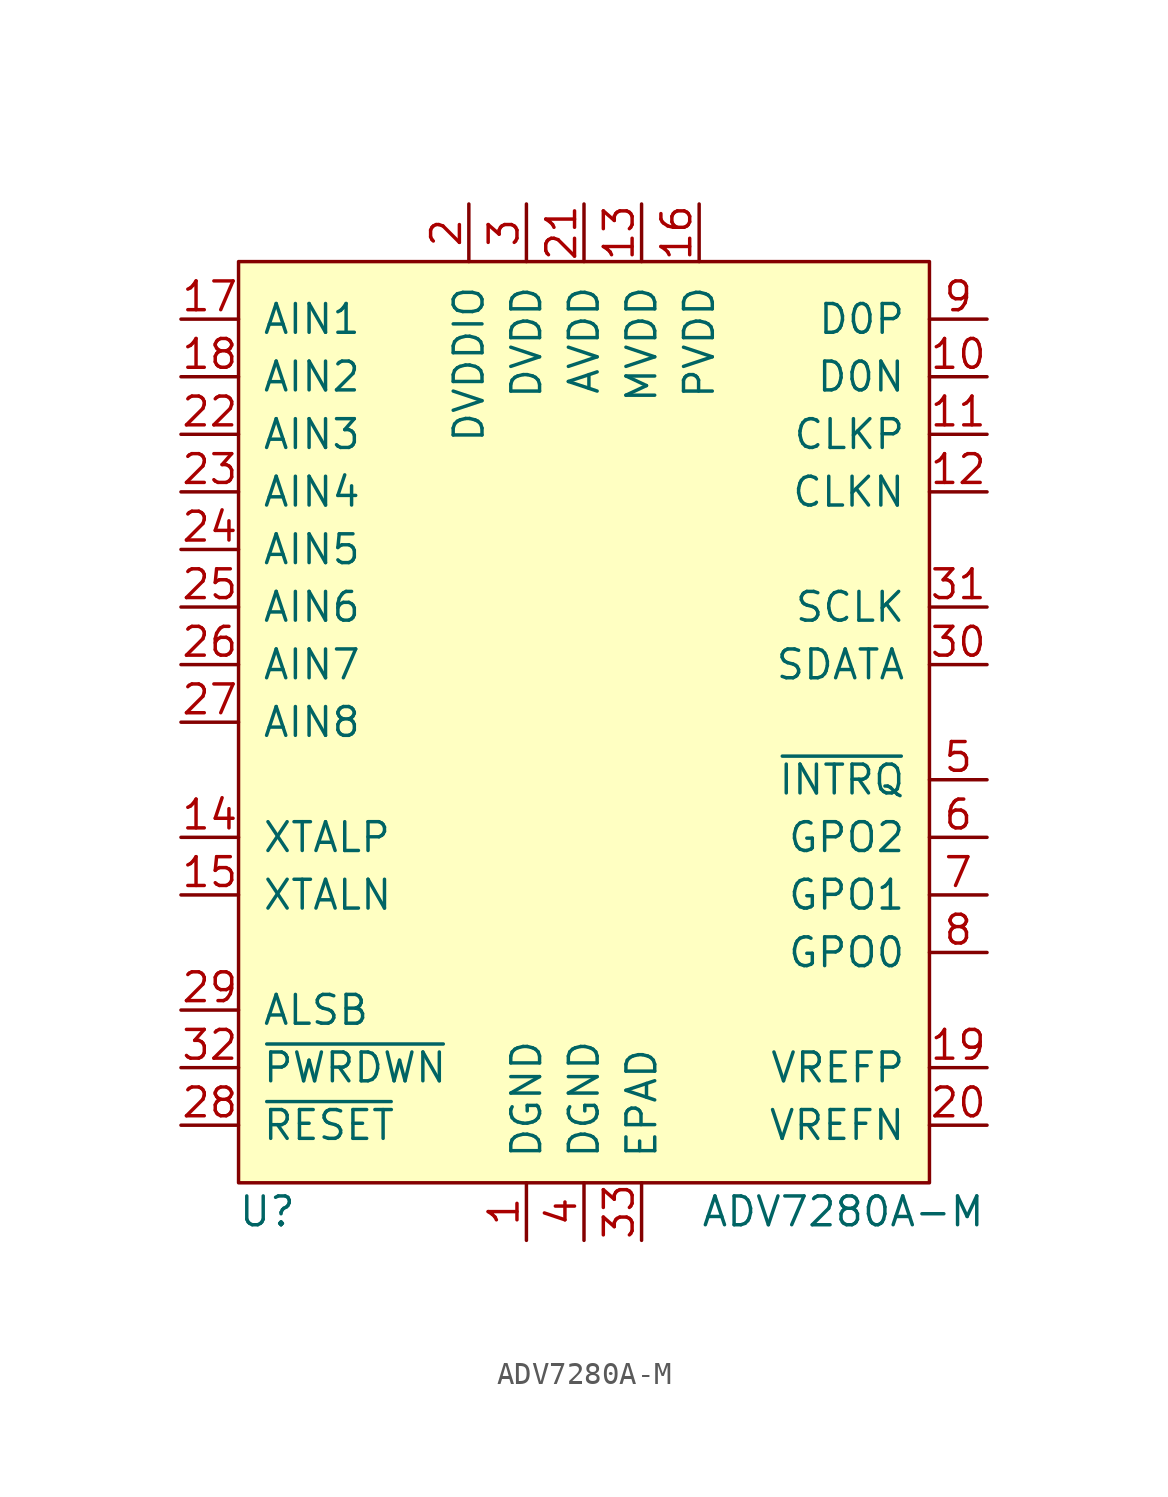
<source format=kicad_sym>
(kicad_symbol_lib
  (version 20211014)
  (generator kicad_symbol_editor)
  (symbol "ADV7280A-M"
    (pin_names
      (offset 1.016))
    (property "Reference" "U"
      (at -13.97 -21.59 0)
      (effects (font (size 1.27 1.27))))
    (property "Value" "ADV7280A-M"
      (at 11.43 -21.59 0)
      (effects (font (size 1.27 1.27))))
    (symbol "ADV7280A-M_0_1"
      (rectangle (start -15.24 20.32) (end 15.24 -20.32) (stroke (width 0) (type default) (color 0 0 0 0)) (fill (type background))))
    (symbol "ADV7280A-M_1_1"
      (pin passive line (at -2.54 -22.86 90) (length 2.54) (name "DGND" (effects (font (size 1.27 1.27)))) (number "1" (effects (font (size 1.27 1.27)))))
      (pin passive line (at 17.78 15.24 180) (length 2.54) (name "D0N" (effects (font (size 1.27 1.27)))) (number "10" (effects (font (size 1.27 1.27)))))
      (pin passive line (at 17.78 12.7 180) (length 2.54) (name "CLKP" (effects (font (size 1.27 1.27)))) (number "11" (effects (font (size 1.27 1.27)))))
      (pin passive line (at 17.78 10.16 180) (length 2.54) (name "CLKN" (effects (font (size 1.27 1.27)))) (number "12" (effects (font (size 1.27 1.27)))))
      (pin passive line (at 2.54 22.86 270) (length 2.54) (name "MVDD" (effects (font (size 1.27 1.27)))) (number "13" (effects (font (size 1.27 1.27)))))
      (pin passive line (at -17.78 -5.08 0) (length 2.54) (name "XTALP" (effects (font (size 1.27 1.27)))) (number "14" (effects (font (size 1.27 1.27)))))
      (pin passive line (at -17.78 -7.62 0) (length 2.54) (name "XTALN" (effects (font (size 1.27 1.27)))) (number "15" (effects (font (size 1.27 1.27)))))
      (pin passive line (at 5.08 22.86 270) (length 2.54) (name "PVDD" (effects (font (size 1.27 1.27)))) (number "16" (effects (font (size 1.27 1.27)))))
      (pin passive line (at -17.78 17.78 0) (length 2.54) (name "AIN1" (effects (font (size 1.27 1.27)))) (number "17" (effects (font (size 1.27 1.27)))))
      (pin passive line (at -17.78 15.24 0) (length 2.54) (name "AIN2" (effects (font (size 1.27 1.27)))) (number "18" (effects (font (size 1.27 1.27)))))
      (pin passive line (at 17.78 -15.24 180) (length 2.54) (name "VREFP" (effects (font (size 1.27 1.27)))) (number "19" (effects (font (size 1.27 1.27)))))
      (pin passive line (at -5.08 22.86 270) (length 2.54) (name "DVDDIO" (effects (font (size 1.27 1.27)))) (number "2" (effects (font (size 1.27 1.27)))))
      (pin passive line (at 17.78 -17.78 180) (length 2.54) (name "VREFN" (effects (font (size 1.27 1.27)))) (number "20" (effects (font (size 1.27 1.27)))))
      (pin passive line (at 0 22.86 270) (length 2.54) (name "AVDD" (effects (font (size 1.27 1.27)))) (number "21" (effects (font (size 1.27 1.27)))))
      (pin passive line (at -17.78 12.7 0) (length 2.54) (name "AIN3" (effects (font (size 1.27 1.27)))) (number "22" (effects (font (size 1.27 1.27)))))
      (pin passive line (at -17.78 10.16 0) (length 2.54) (name "AIN4" (effects (font (size 1.27 1.27)))) (number "23" (effects (font (size 1.27 1.27)))))
      (pin passive line (at -17.78 7.62 0) (length 2.54) (name "AIN5" (effects (font (size 1.27 1.27)))) (number "24" (effects (font (size 1.27 1.27)))))
      (pin passive line (at -17.78 5.08 0) (length 2.54) (name "AIN6" (effects (font (size 1.27 1.27)))) (number "25" (effects (font (size 1.27 1.27)))))
      (pin passive line (at -17.78 2.54 0) (length 2.54) (name "AIN7" (effects (font (size 1.27 1.27)))) (number "26" (effects (font (size 1.27 1.27)))))
      (pin passive line (at -17.78 0 0) (length 2.54) (name "AIN8" (effects (font (size 1.27 1.27)))) (number "27" (effects (font (size 1.27 1.27)))))
      (pin passive line (at -17.78 -17.78 0) (length 2.54) (name "~{RESET}" (effects (font (size 1.27 1.27)))) (number "28" (effects (font (size 1.27 1.27)))))
      (pin passive line (at -17.78 -12.7 0) (length 2.54) (name "ALSB" (effects (font (size 1.27 1.27)))) (number "29" (effects (font (size 1.27 1.27)))))
      (pin passive line (at -2.54 22.86 270) (length 2.54) (name "DVDD" (effects (font (size 1.27 1.27)))) (number "3" (effects (font (size 1.27 1.27)))))
      (pin passive line (at 17.78 2.54 180) (length 2.54) (name "SDATA" (effects (font (size 1.27 1.27)))) (number "30" (effects (font (size 1.27 1.27)))))
      (pin passive line (at 17.78 5.08 180) (length 2.54) (name "SCLK" (effects (font (size 1.27 1.27)))) (number "31" (effects (font (size 1.27 1.27)))))
      (pin passive line (at -17.78 -15.24 0) (length 2.54) (name "~{PWRDWN}" (effects (font (size 1.27 1.27)))) (number "32" (effects (font (size 1.27 1.27)))))
      (pin passive line (at 2.54 -22.86 90) (length 2.54) (name "EPAD" (effects (font (size 1.27 1.27)))) (number "33" (effects (font (size 1.27 1.27)))))
      (pin passive line (at 0 -22.86 90) (length 2.54) (name "DGND" (effects (font (size 1.27 1.27)))) (number "4" (effects (font (size 1.27 1.27)))))
      (pin passive line (at 17.78 -2.54 180) (length 2.54) (name "~{INTRQ}" (effects (font (size 1.27 1.27)))) (number "5" (effects (font (size 1.27 1.27)))))
      (pin passive line (at 17.78 -5.08 180) (length 2.54) (name "GPO2" (effects (font (size 1.27 1.27)))) (number "6" (effects (font (size 1.27 1.27)))))
      (pin passive line (at 17.78 -7.62 180) (length 2.54) (name "GPO1" (effects (font (size 1.27 1.27)))) (number "7" (effects (font (size 1.27 1.27)))))
      (pin passive line (at 17.78 -10.16 180) (length 2.54) (name "GPO0" (effects (font (size 1.27 1.27)))) (number "8" (effects (font (size 1.27 1.27)))))
      (pin passive line (at 17.78 17.78 180) (length 2.54) (name "D0P" (effects (font (size 1.27 1.27)))) (number "9" (effects (font (size 1.27 1.27))))))))
</source>
